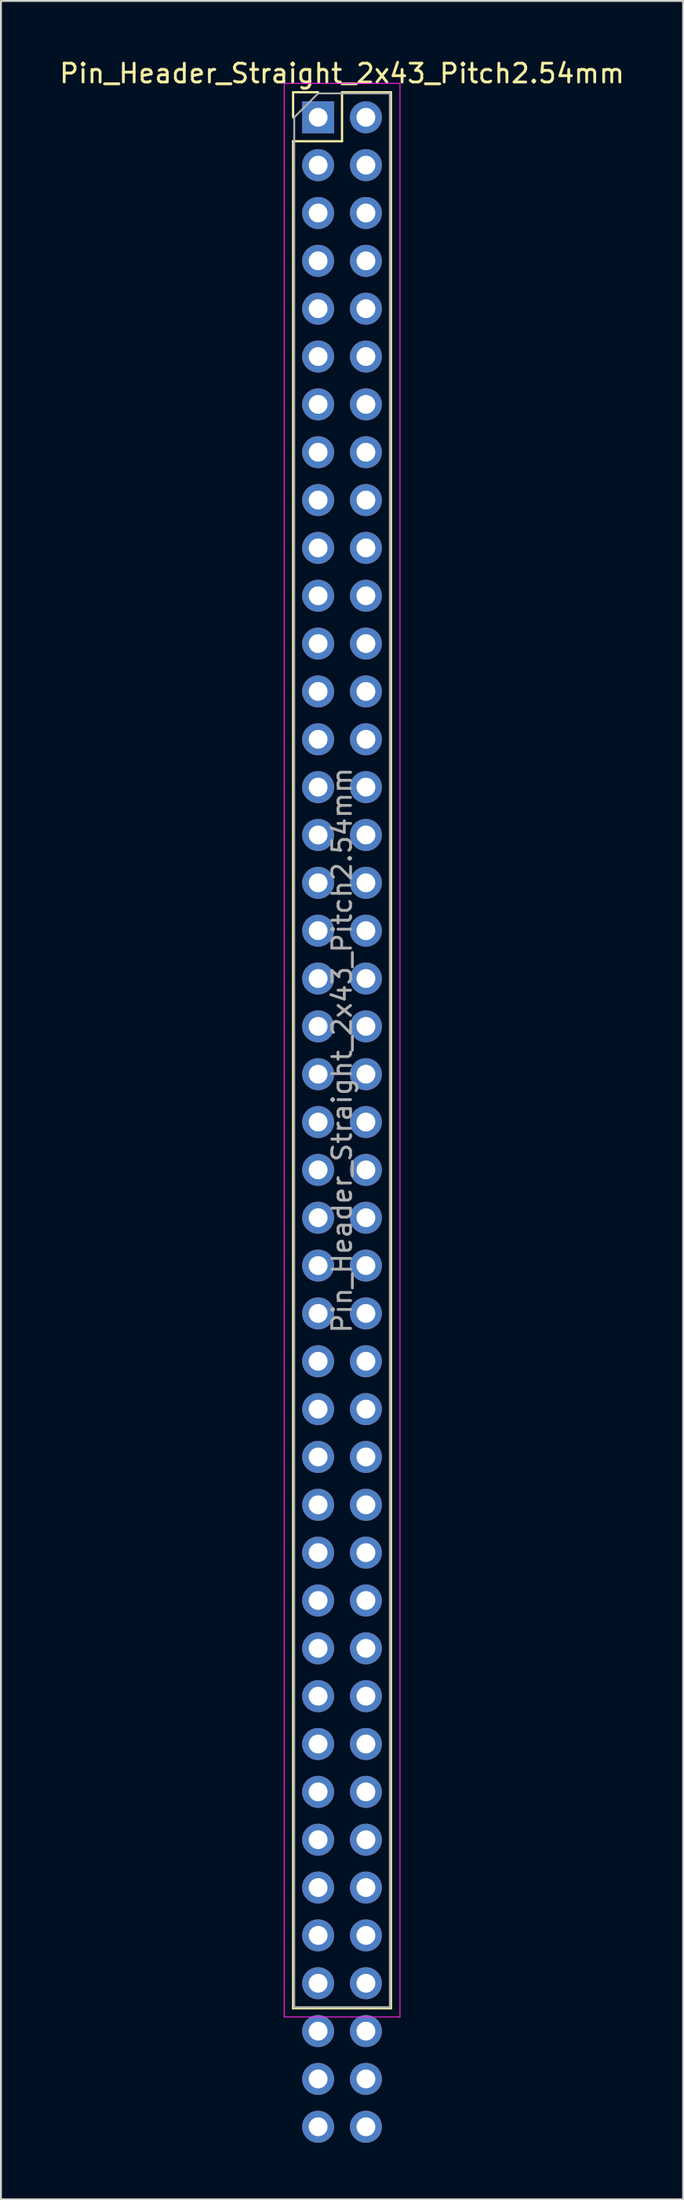
<source format=kicad_pcb>
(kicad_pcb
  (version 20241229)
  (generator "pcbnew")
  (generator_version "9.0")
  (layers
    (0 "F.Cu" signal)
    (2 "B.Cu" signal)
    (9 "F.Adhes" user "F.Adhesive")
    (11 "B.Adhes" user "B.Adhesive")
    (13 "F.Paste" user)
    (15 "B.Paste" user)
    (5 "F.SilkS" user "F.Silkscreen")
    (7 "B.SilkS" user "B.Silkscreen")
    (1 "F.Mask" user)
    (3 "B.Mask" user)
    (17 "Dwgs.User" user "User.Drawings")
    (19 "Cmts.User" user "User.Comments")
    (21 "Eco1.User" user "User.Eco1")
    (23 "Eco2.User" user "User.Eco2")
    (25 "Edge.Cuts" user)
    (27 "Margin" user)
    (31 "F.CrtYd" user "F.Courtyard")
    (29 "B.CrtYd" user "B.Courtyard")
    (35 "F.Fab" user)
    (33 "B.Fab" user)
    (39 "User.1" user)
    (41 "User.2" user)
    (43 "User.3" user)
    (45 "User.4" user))
  (footprint "Pin_Header_Straight_2x43_Pitch2.54mm"
    (layer "F.Cu")
    (at 13.855 3.178)
    (property "Reference" "Pin_Header_Straight_2x43_Pitch2.54mm" (at 1.27 -2.33 0) (layer "F.SilkS") (effects (font (size 1 1) (thickness 0.15))))
    (attr through_hole)
    (fp_line (start -1.33 -1.33) (end 0 -1.33) (stroke (width 0.12) (type solid)) (layer "F.SilkS"))
    (fp_line (start -1.33 0) (end -1.33 -1.33) (stroke (width 0.12) (type solid)) (layer "F.SilkS"))
    (fp_line (start -1.33 1.27) (end -1.33 100.39) (stroke (width 0.12) (type solid)) (layer "F.SilkS"))
    (fp_line (start -1.33 1.27) (end 1.27 1.27) (stroke (width 0.12) (type solid)) (layer "F.SilkS"))
    (fp_line (start -1.33 100.39) (end 3.87 100.39) (stroke (width 0.12) (type solid)) (layer "F.SilkS"))
    (fp_line (start 1.27 -1.33) (end 3.87 -1.33) (stroke (width 0.12) (type solid)) (layer "F.SilkS"))
    (fp_line (start 1.27 1.27) (end 1.27 -1.33) (stroke (width 0.12) (type solid)) (layer "F.SilkS"))
    (fp_line (start 3.87 -1.33) (end 3.87 100.39) (stroke (width 0.12) (type solid)) (layer "F.SilkS"))
    (fp_line (start -1.8 -1.8) (end -1.8 100.85) (stroke (width 0.05) (type solid)) (layer "F.CrtYd"))
    (fp_line (start -1.8 100.85) (end 4.35 100.85) (stroke (width 0.05) (type solid)) (layer "F.CrtYd"))
    (fp_line (start 4.35 -1.8) (end -1.8 -1.8) (stroke (width 0.05) (type solid)) (layer "F.CrtYd"))
    (fp_line (start 4.35 100.85) (end 4.35 -1.8) (stroke (width 0.05) (type solid)) (layer "F.CrtYd"))
    (fp_line (start -1.27 0) (end 0 -1.27) (stroke (width 0.1) (type solid)) (layer "F.Fab"))
    (fp_line (start -1.27 100.33) (end -1.27 0) (stroke (width 0.1) (type solid)) (layer "F.Fab"))
    (fp_line (start 0 -1.27) (end 3.81 -1.27) (stroke (width 0.1) (type solid)) (layer "F.Fab"))
    (fp_line (start 3.81 -1.27) (end 3.81 100.33) (stroke (width 0.1) (type solid)) (layer "F.Fab"))
    (fp_line (start 3.81 100.33) (end -1.27 100.33) (stroke (width 0.1) (type solid)) (layer "F.Fab"))
    (fp_text user "${REFERENCE}" (at 1.27 49.53 90) (layer "F.Fab") (effects (font (size 1 1) (thickness 0.15))))
    (pad "1" thru_hole rect (at 0 0) (size 1.7 1.7) (drill 1) (layers "*.Cu" "*.Mask"))
    (pad "2" thru_hole oval (at 2.54 0) (size 1.7 1.7) (drill 1) (layers "*.Cu" "*.Mask"))
    (pad "3" thru_hole oval (at 0 2.54) (size 1.7 1.7) (drill 1) (layers "*.Cu" "*.Mask"))
    (pad "4" thru_hole oval (at 2.54 2.54) (size 1.7 1.7) (drill 1) (layers "*.Cu" "*.Mask"))
    (pad "5" thru_hole oval (at 0 5.08) (size 1.7 1.7) (drill 1) (layers "*.Cu" "*.Mask"))
    (pad "6" thru_hole oval (at 2.54 5.08) (size 1.7 1.7) (drill 1) (layers "*.Cu" "*.Mask"))
    (pad "7" thru_hole oval (at 0 7.62) (size 1.7 1.7) (drill 1) (layers "*.Cu" "*.Mask"))
    (pad "8" thru_hole oval (at 2.54 7.62) (size 1.7 1.7) (drill 1) (layers "*.Cu" "*.Mask"))
    (pad "9" thru_hole oval (at 0 10.16) (size 1.7 1.7) (drill 1) (layers "*.Cu" "*.Mask"))
    (pad "10" thru_hole oval (at 2.54 10.16) (size 1.7 1.7) (drill 1) (layers "*.Cu" "*.Mask"))
    (pad "11" thru_hole oval (at 0 12.7) (size 1.7 1.7) (drill 1) (layers "*.Cu" "*.Mask"))
    (pad "12" thru_hole oval (at 2.54 12.7) (size 1.7 1.7) (drill 1) (layers "*.Cu" "*.Mask"))
    (pad "13" thru_hole oval (at 0 15.24) (size 1.7 1.7) (drill 1) (layers "*.Cu" "*.Mask"))
    (pad "14" thru_hole oval (at 2.54 15.24) (size 1.7 1.7) (drill 1) (layers "*.Cu" "*.Mask"))
    (pad "15" thru_hole oval (at 0 17.78) (size 1.7 1.7) (drill 1) (layers "*.Cu" "*.Mask"))
    (pad "16" thru_hole oval (at 2.54 17.78) (size 1.7 1.7) (drill 1) (layers "*.Cu" "*.Mask"))
    (pad "17" thru_hole oval (at 0 20.32) (size 1.7 1.7) (drill 1) (layers "*.Cu" "*.Mask"))
    (pad "18" thru_hole oval (at 2.54 20.32) (size 1.7 1.7) (drill 1) (layers "*.Cu" "*.Mask"))
    (pad "19" thru_hole oval (at 0 22.86) (size 1.7 1.7) (drill 1) (layers "*.Cu" "*.Mask"))
    (pad "20" thru_hole oval (at 2.54 22.86) (size 1.7 1.7) (drill 1) (layers "*.Cu" "*.Mask"))
    (pad "21" thru_hole oval (at 0 25.4) (size 1.7 1.7) (drill 1) (layers "*.Cu" "*.Mask"))
    (pad "22" thru_hole oval (at 2.54 25.4) (size 1.7 1.7) (drill 1) (layers "*.Cu" "*.Mask"))
    (pad "23" thru_hole oval (at 0 27.94) (size 1.7 1.7) (drill 1) (layers "*.Cu" "*.Mask"))
    (pad "24" thru_hole oval (at 2.54 27.94) (size 1.7 1.7) (drill 1) (layers "*.Cu" "*.Mask"))
    (pad "25" thru_hole oval (at 0 30.48) (size 1.7 1.7) (drill 1) (layers "*.Cu" "*.Mask"))
    (pad "26" thru_hole oval (at 2.54 30.48) (size 1.7 1.7) (drill 1) (layers "*.Cu" "*.Mask"))
    (pad "27" thru_hole oval (at 0 33.02) (size 1.7 1.7) (drill 1) (layers "*.Cu" "*.Mask"))
    (pad "28" thru_hole oval (at 2.54 33.02) (size 1.7 1.7) (drill 1) (layers "*.Cu" "*.Mask"))
    (pad "29" thru_hole oval (at 0 35.56) (size 1.7 1.7) (drill 1) (layers "*.Cu" "*.Mask"))
    (pad "30" thru_hole oval (at 2.54 35.56) (size 1.7 1.7) (drill 1) (layers "*.Cu" "*.Mask"))
    (pad "31" thru_hole oval (at 0 38.1) (size 1.7 1.7) (drill 1) (layers "*.Cu" "*.Mask"))
    (pad "32" thru_hole oval (at 2.54 38.1) (size 1.7 1.7) (drill 1) (layers "*.Cu" "*.Mask"))
    (pad "33" thru_hole oval (at 0 40.64) (size 1.7 1.7) (drill 1) (layers "*.Cu" "*.Mask"))
    (pad "34" thru_hole oval (at 2.54 40.64) (size 1.7 1.7) (drill 1) (layers "*.Cu" "*.Mask"))
    (pad "35" thru_hole oval (at 0 43.18) (size 1.7 1.7) (drill 1) (layers "*.Cu" "*.Mask"))
    (pad "36" thru_hole oval (at 2.54 43.18) (size 1.7 1.7) (drill 1) (layers "*.Cu" "*.Mask"))
    (pad "37" thru_hole oval (at 0 45.72) (size 1.7 1.7) (drill 1) (layers "*.Cu" "*.Mask"))
    (pad "38" thru_hole oval (at 2.54 45.72) (size 1.7 1.7) (drill 1) (layers "*.Cu" "*.Mask"))
    (pad "39" thru_hole oval (at 0 48.26) (size 1.7 1.7) (drill 1) (layers "*.Cu" "*.Mask"))
    (pad "40" thru_hole oval (at 2.54 48.26) (size 1.7 1.7) (drill 1) (layers "*.Cu" "*.Mask"))
    (pad "41" thru_hole oval (at 0 50.8) (size 1.7 1.7) (drill 1) (layers "*.Cu" "*.Mask"))
    (pad "42" thru_hole oval (at 2.54 50.8) (size 1.7 1.7) (drill 1) (layers "*.Cu" "*.Mask"))
    (pad "43" thru_hole oval (at 0 53.34) (size 1.7 1.7) (drill 1) (layers "*.Cu" "*.Mask"))
    (pad "44" thru_hole oval (at 2.54 53.34) (size 1.7 1.7) (drill 1) (layers "*.Cu" "*.Mask"))
    (pad "45" thru_hole oval (at 0 55.88) (size 1.7 1.7) (drill 1) (layers "*.Cu" "*.Mask"))
    (pad "46" thru_hole oval (at 2.54 55.88) (size 1.7 1.7) (drill 1) (layers "*.Cu" "*.Mask"))
    (pad "47" thru_hole oval (at 0 58.42) (size 1.7 1.7) (drill 1) (layers "*.Cu" "*.Mask"))
    (pad "48" thru_hole oval (at 2.54 58.42) (size 1.7 1.7) (drill 1) (layers "*.Cu" "*.Mask"))
    (pad "49" thru_hole oval (at 0 60.96) (size 1.7 1.7) (drill 1) (layers "*.Cu" "*.Mask"))
    (pad "50" thru_hole oval (at 2.54 60.96) (size 1.7 1.7) (drill 1) (layers "*.Cu" "*.Mask"))
    (pad "51" thru_hole oval (at 0 63.5) (size 1.7 1.7) (drill 1) (layers "*.Cu" "*.Mask"))
    (pad "52" thru_hole oval (at 2.54 63.5) (size 1.7 1.7) (drill 1) (layers "*.Cu" "*.Mask"))
    (pad "53" thru_hole oval (at 0 66.04) (size 1.7 1.7) (drill 1) (layers "*.Cu" "*.Mask"))
    (pad "54" thru_hole oval (at 2.54 66.04) (size 1.7 1.7) (drill 1) (layers "*.Cu" "*.Mask"))
    (pad "55" thru_hole oval (at 0 68.58) (size 1.7 1.7) (drill 1) (layers "*.Cu" "*.Mask"))
    (pad "56" thru_hole oval (at 2.54 68.58) (size 1.7 1.7) (drill 1) (layers "*.Cu" "*.Mask"))
    (pad "57" thru_hole oval (at 0 71.12) (size 1.7 1.7) (drill 1) (layers "*.Cu" "*.Mask"))
    (pad "58" thru_hole oval (at 2.54 71.12) (size 1.7 1.7) (drill 1) (layers "*.Cu" "*.Mask"))
    (pad "59" thru_hole oval (at 0 73.66) (size 1.7 1.7) (drill 1) (layers "*.Cu" "*.Mask"))
    (pad "60" thru_hole oval (at 2.54 73.66) (size 1.7 1.7) (drill 1) (layers "*.Cu" "*.Mask"))
    (pad "61" thru_hole oval (at 0 76.2) (size 1.7 1.7) (drill 1) (layers "*.Cu" "*.Mask"))
    (pad "62" thru_hole oval (at 2.54 76.2) (size 1.7 1.7) (drill 1) (layers "*.Cu" "*.Mask"))
    (pad "63" thru_hole oval (at 0 78.74) (size 1.7 1.7) (drill 1) (layers "*.Cu" "*.Mask"))
    (pad "64" thru_hole oval (at 2.54 78.74) (size 1.7 1.7) (drill 1) (layers "*.Cu" "*.Mask"))
    (pad "65" thru_hole oval (at 0 81.28) (size 1.7 1.7) (drill 1) (layers "*.Cu" "*.Mask"))
    (pad "66" thru_hole oval (at 2.54 81.28) (size 1.7 1.7) (drill 1) (layers "*.Cu" "*.Mask"))
    (pad "67" thru_hole oval (at 0 83.82) (size 1.7 1.7) (drill 1) (layers "*.Cu" "*.Mask"))
    (pad "68" thru_hole oval (at 2.54 83.82) (size 1.7 1.7) (drill 1) (layers "*.Cu" "*.Mask"))
    (pad "69" thru_hole oval (at 0 86.36) (size 1.7 1.7) (drill 1) (layers "*.Cu" "*.Mask"))
    (pad "70" thru_hole oval (at 2.54 86.36) (size 1.7 1.7) (drill 1) (layers "*.Cu" "*.Mask"))
    (pad "71" thru_hole oval (at 0 88.9) (size 1.7 1.7) (drill 1) (layers "*.Cu" "*.Mask"))
    (pad "72" thru_hole oval (at 2.54 88.9) (size 1.7 1.7) (drill 1) (layers "*.Cu" "*.Mask"))
    (pad "73" thru_hole oval (at 0 91.44) (size 1.7 1.7) (drill 1) (layers "*.Cu" "*.Mask"))
    (pad "74" thru_hole oval (at 2.54 91.44) (size 1.7 1.7) (drill 1) (layers "*.Cu" "*.Mask"))
    (pad "75" thru_hole oval (at 0 93.98) (size 1.7 1.7) (drill 1) (layers "*.Cu" "*.Mask"))
    (pad "76" thru_hole oval (at 2.54 93.98) (size 1.7 1.7) (drill 1) (layers "*.Cu" "*.Mask"))
    (pad "77" thru_hole oval (at 0 96.52) (size 1.7 1.7) (drill 1) (layers "*.Cu" "*.Mask"))
    (pad "78" thru_hole oval (at 2.54 96.52) (size 1.7 1.7) (drill 1) (layers "*.Cu" "*.Mask"))
    (pad "79" thru_hole oval (at 0 99.06) (size 1.7 1.7) (drill 1) (layers "*.Cu" "*.Mask"))
    (pad "80" thru_hole oval (at 2.54 99.06) (size 1.7 1.7) (drill 1) (layers "*.Cu" "*.Mask"))
    (pad "81" thru_hole oval (at 0 101.6) (size 1.7 1.7) (drill 1) (layers "*.Cu" "*.Mask"))
    (pad "82" thru_hole oval (at 2.54 101.6) (size 1.7 1.7) (drill 1) (layers "*.Cu" "*.Mask"))
    (pad "83" thru_hole oval (at 0 104.14) (size 1.7 1.7) (drill 1) (layers "*.Cu" "*.Mask"))
    (pad "84" thru_hole oval (at 2.54 104.14) (size 1.7 1.7) (drill 1) (layers "*.Cu" "*.Mask"))
    (pad "85" thru_hole oval (at 0 106.68) (size 1.7 1.7) (drill 1) (layers "*.Cu" "*.Mask"))
    (pad "86" thru_hole oval (at 2.54 106.68) (size 1.7 1.7) (drill 1) (layers "*.Cu" "*.Mask")))
  (gr_rect
    (start -3 -3)
    (end 33.25 113.708)
    (stroke (width 0.1) (type default))
    (fill no)
    (layer "Edge.Cuts")))
</source>
